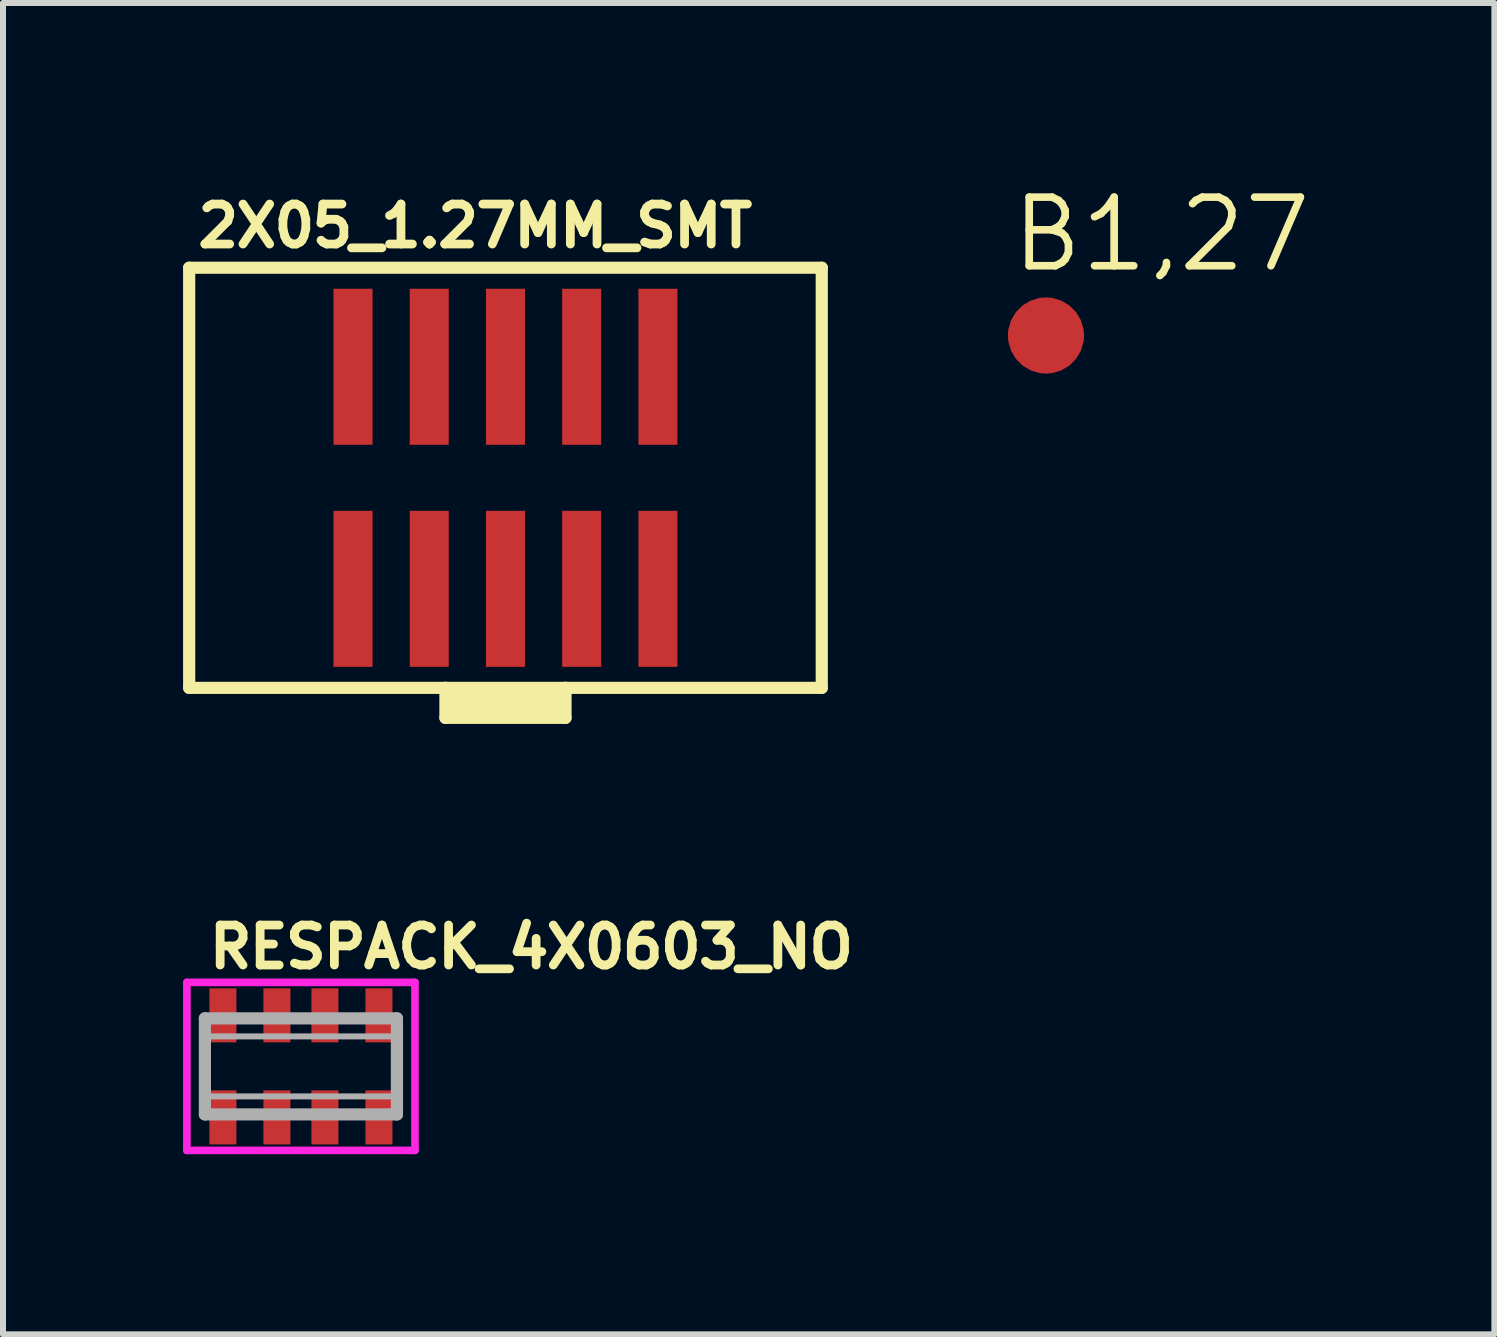
<source format=kicad_pcb>
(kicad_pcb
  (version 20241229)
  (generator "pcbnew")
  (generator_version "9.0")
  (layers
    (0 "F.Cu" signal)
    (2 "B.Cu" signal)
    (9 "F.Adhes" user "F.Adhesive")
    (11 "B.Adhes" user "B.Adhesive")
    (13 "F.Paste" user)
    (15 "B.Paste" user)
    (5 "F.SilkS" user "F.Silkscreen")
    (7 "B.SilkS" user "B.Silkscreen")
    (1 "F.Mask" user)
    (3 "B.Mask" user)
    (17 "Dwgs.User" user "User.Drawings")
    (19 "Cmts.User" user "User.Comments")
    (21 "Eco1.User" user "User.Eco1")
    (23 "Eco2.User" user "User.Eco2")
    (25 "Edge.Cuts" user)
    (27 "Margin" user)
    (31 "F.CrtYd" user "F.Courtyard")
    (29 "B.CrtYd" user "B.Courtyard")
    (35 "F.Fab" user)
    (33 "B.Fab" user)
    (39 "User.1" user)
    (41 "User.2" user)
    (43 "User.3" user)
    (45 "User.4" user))
  (footprint "RESPACK_4X0603_NO"
    (layer "F.Cu")
    (at 1.964 14.718)
    (property "Reference" "RESPACK_4X0603_NO" (at -1.6 -1.6 0) (layer "F.SilkS") (effects (font (size 0.666 0.666) (thickness 0.146)) (justify left bottom)))
    (fp_line (start -1.9 -1.4) (end 1.9 -1.4) (stroke (width 0.127) (type solid)) (layer "F.CrtYd"))
    (fp_line (start -1.9 1.4) (end -1.9 -1.4) (stroke (width 0.127) (type solid)) (layer "F.CrtYd"))
    (fp_line (start -1.9 1.4) (end 1.9 1.4) (stroke (width 0.127) (type solid)) (layer "F.CrtYd"))
    (fp_line (start 1.9 -1.4) (end 1.9 1.4) (stroke (width 0.127) (type solid)) (layer "F.CrtYd"))
    (fp_line (start -1.6 -0.8) (end 1.6 -0.8) (stroke (width 0.203) (type solid)) (layer "F.Fab"))
    (fp_line (start -1.6 0.8) (end -1.6 -0.8) (stroke (width 0.203) (type solid)) (layer "F.Fab"))
    (fp_line (start 1.6 -0.8) (end 1.6 0.8) (stroke (width 0.203) (type solid)) (layer "F.Fab"))
    (fp_line (start 1.6 0.8) (end -1.6 0.8) (stroke (width 0.203) (type solid)) (layer "F.Fab"))
    (fp_poly (pts (xy -1.55 0.5) (xy 1.55 0.5) (xy 1.55 -0.5) (xy -1.55 -0.5)) (stroke (width 0.1) (type default)) (fill no) (layer "F.Fab"))
    (pad "1" smd rect (at -1.3 0.85) (size 0.45 0.9) (layers "F.Cu" "F.Mask" "F.Paste"))
    (pad "2" smd rect (at -0.4 0.85) (size 0.45 0.9) (layers "F.Cu" "F.Mask" "F.Paste"))
    (pad "3" smd rect (at 0.4 0.85) (size 0.45 0.9) (layers "F.Cu" "F.Mask" "F.Paste"))
    (pad "4" smd rect (at 1.3 0.85) (size 0.45 0.9) (layers "F.Cu" "F.Mask" "F.Paste"))
    (pad "5" smd rect (at 1.3 -0.85) (size 0.45 0.9) (layers "F.Cu" "F.Mask" "F.Paste"))
    (pad "6" smd rect (at 0.4 -0.85) (size 0.45 0.9) (layers "F.Cu" "F.Mask" "F.Paste"))
    (pad "7" smd rect (at -0.4 -0.85) (size 0.45 0.9) (layers "F.Cu" "F.Mask" "F.Paste"))
    (pad "8" smd rect (at -1.3 -0.85) (size 0.45 0.9) (layers "F.Cu" "F.Mask" "F.Paste")))
  (footprint "2X05_1.27MM_SMT"
    (layer "F.Cu")
    (at 5.372 4.911)
    (property "Reference" "2X05_1.27MM_SMT" (at -5.199 -3.806 0) (layer "F.SilkS") (effects (font (size 0.666 0.666) (thickness 0.146)) (justify left bottom)))
    (fp_line (start -5.27 -3.5) (end 5.27 -3.5) (stroke (width 0.203) (type solid)) (layer "F.SilkS"))
    (fp_line (start -5.27 3.5) (end -5.27 -3.5) (stroke (width 0.203) (type solid)) (layer "F.SilkS"))
    (fp_line (start -1 3.5) (end -5.27 3.5) (stroke (width 0.203) (type solid)) (layer "F.SilkS"))
    (fp_line (start -1 3.5) (end -1 4) (stroke (width 0.203) (type solid)) (layer "F.SilkS"))
    (fp_line (start -1 4) (end 1 4) (stroke (width 0.203) (type solid)) (layer "F.SilkS"))
    (fp_line (start 1 3.5) (end -1 3.5) (stroke (width 0.203) (type solid)) (layer "F.SilkS"))
    (fp_line (start 1 4) (end 1 3.5) (stroke (width 0.203) (type solid)) (layer "F.SilkS"))
    (fp_line (start 5.27 -3.5) (end 5.27 3.5) (stroke (width 0.203) (type solid)) (layer "F.SilkS"))
    (fp_line (start 5.27 3.5) (end 1 3.5) (stroke (width 0.203) (type solid)) (layer "F.SilkS"))
    (fp_poly (pts (xy 1.079 4) (xy -1.079 4) (xy -1.079 3.493) (xy 1.079 3.493)) (stroke (width 0) (type default)) (fill yes) (layer "F.SilkS"))
    (pad "1" smd rect (at -2.54 1.85) (size 0.65 2.6) (layers "F.Cu" "F.Mask" "F.Paste"))
    (pad "2" smd rect (at -2.54 -1.85) (size 0.65 2.6) (layers "F.Cu" "F.Mask" "F.Paste"))
    (pad "3" smd rect (at -1.27 1.85) (size 0.65 2.6) (layers "F.Cu" "F.Mask" "F.Paste"))
    (pad "4" smd rect (at -1.27 -1.85) (size 0.65 2.6) (layers "F.Cu" "F.Mask" "F.Paste"))
    (pad "5" smd rect (at 0 1.85) (size 0.65 2.6) (layers "F.Cu" "F.Mask" "F.Paste"))
    (pad "6" smd rect (at 0 -1.85) (size 0.65 2.6) (layers "F.Cu" "F.Mask" "F.Paste"))
    (pad "7" smd rect (at 1.27 1.85) (size 0.65 2.6) (layers "F.Cu" "F.Mask" "F.Paste"))
    (pad "8" smd rect (at 1.27 -1.85) (size 0.65 2.6) (layers "F.Cu" "F.Mask" "F.Paste"))
    (pad "9" smd rect (at 2.54 1.85) (size 0.65 2.6) (layers "F.Cu" "F.Mask" "F.Paste"))
    (pad "10" smd rect (at 2.54 -1.85) (size 0.65 2.6) (layers "F.Cu" "F.Mask" "F.Paste")))
  (footprint "B1,27"
    (layer "F.Cu")
    (at 14.378 2.54)
    (property "Reference" "B1,27" (at -0.635 -1.016 0) (layer "F.SilkS") (effects (font (size 1.143 1.143) (thickness 0.127)) (justify left bottom)))
    (pad "TP" smd roundrect (at 0 0) (size 1.27 1.27) (layers "F.Cu" "F.Mask") (roundrect_rratio 0.5)))
  (gr_rect
    (start -3 -3)
    (end 21.849 19.182)
    (stroke (width 0.1) (type default))
    (fill no)
    (layer "Edge.Cuts")))
</source>
